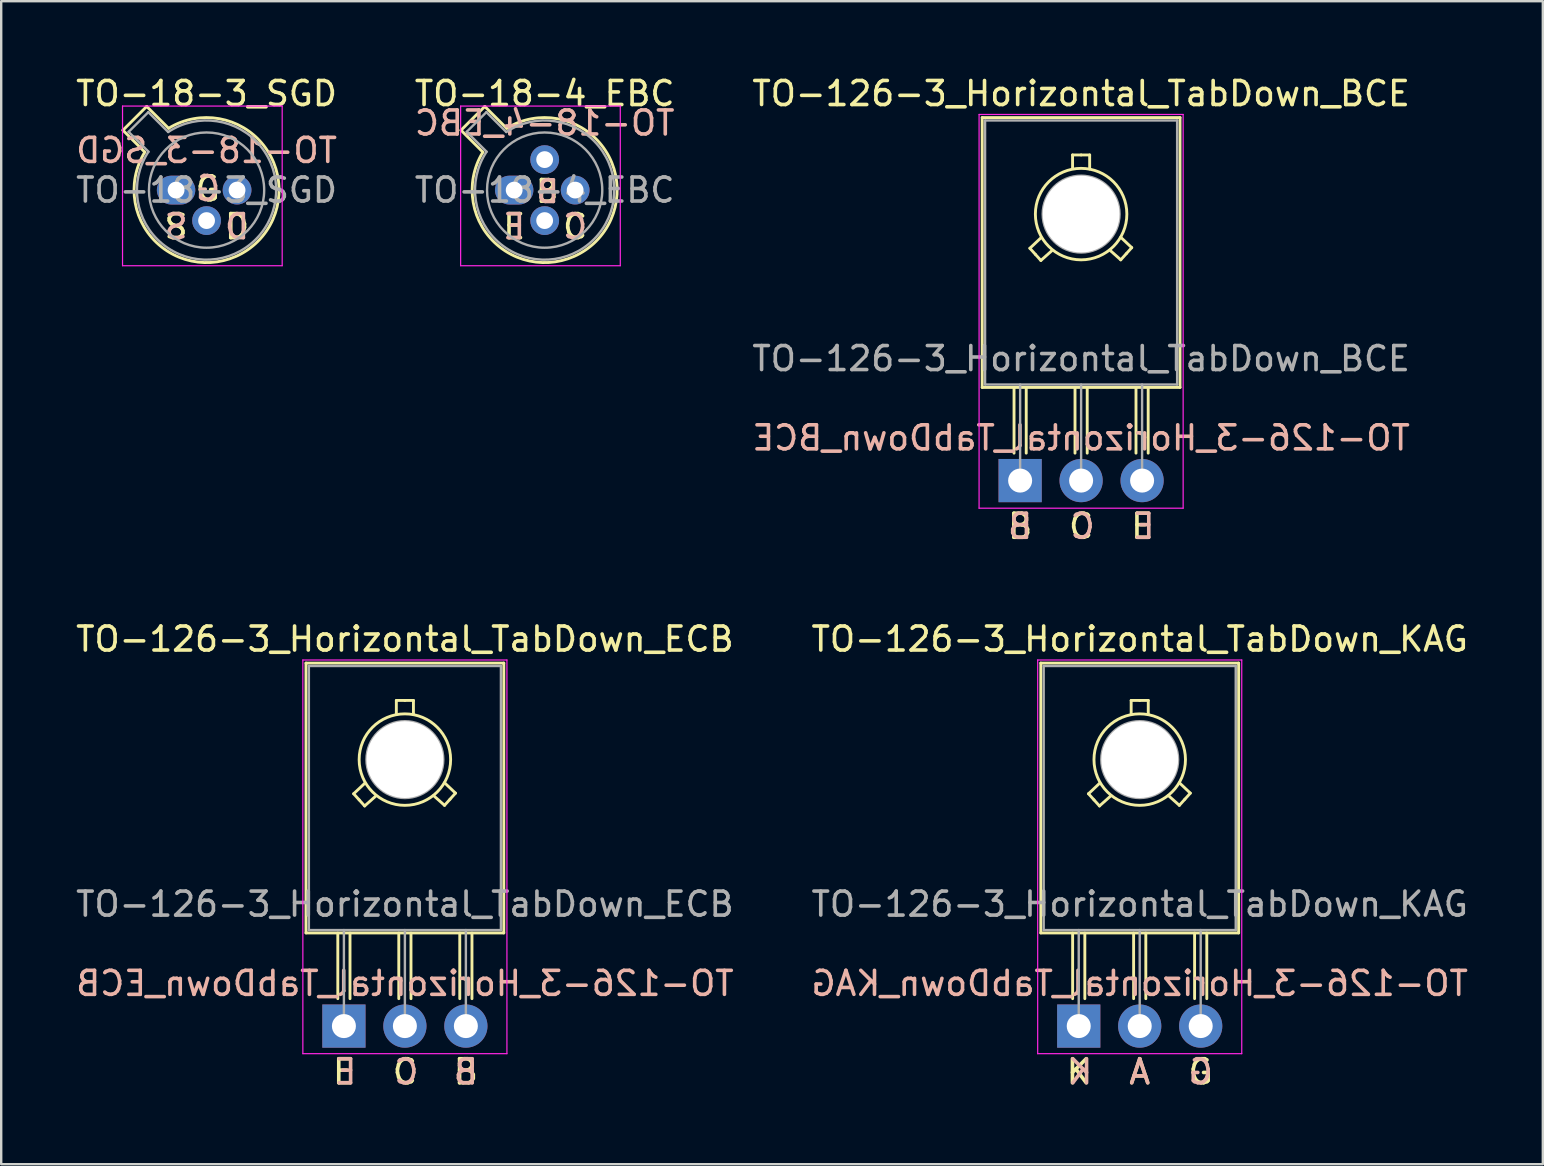
<source format=kicad_pcb>
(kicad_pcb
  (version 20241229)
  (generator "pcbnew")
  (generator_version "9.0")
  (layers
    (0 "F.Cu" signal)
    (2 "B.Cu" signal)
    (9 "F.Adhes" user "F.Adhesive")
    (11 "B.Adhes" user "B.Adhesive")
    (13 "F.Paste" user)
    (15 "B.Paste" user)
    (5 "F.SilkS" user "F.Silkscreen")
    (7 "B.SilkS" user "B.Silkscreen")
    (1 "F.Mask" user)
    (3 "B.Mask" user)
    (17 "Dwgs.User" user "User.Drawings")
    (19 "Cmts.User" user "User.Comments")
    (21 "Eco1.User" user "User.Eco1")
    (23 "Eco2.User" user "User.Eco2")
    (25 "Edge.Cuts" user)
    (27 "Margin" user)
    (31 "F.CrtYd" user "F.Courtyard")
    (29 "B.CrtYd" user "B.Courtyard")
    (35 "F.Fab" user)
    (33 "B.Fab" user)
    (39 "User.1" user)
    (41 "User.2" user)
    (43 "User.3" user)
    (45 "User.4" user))
  (footprint "TO-18-3_SGD"
    (layer "F.Cu")
    (at 4.284 4.868)
    (property "Reference" "TO-18-3_SGD" (at 1.27 -4.02 0) (layer "F.SilkS") (effects (font (size 1 1) (thickness 0.15))))
    (fp_line (start -2.214 -2.494) (end -1.302 -1.582) (stroke (width 0.12) (type solid)) (layer "F.SilkS"))
    (fp_line (start -1.224 -3.484) (end -2.214 -2.494) (stroke (width 0.12) (type solid)) (layer "F.SilkS"))
    (fp_line (start -0.312 -2.572) (end -1.224 -3.484) (stroke (width 0.12) (type solid)) (layer "F.SilkS"))
    (fp_arc (start -0.312331 -2.572281) (mid 3.405374 2.135551) (end -1.30215 -1.582544) (stroke (width 0.12) (type solid)) (layer "F.SilkS"))
    (fp_line (start -2.23 -3.5) (end -2.23 3.15) (stroke (width 0.05) (type solid)) (layer "F.CrtYd"))
    (fp_line (start -2.23 3.15) (end 4.42 3.15) (stroke (width 0.05) (type solid)) (layer "F.CrtYd"))
    (fp_line (start 4.42 -3.5) (end -2.23 -3.5) (stroke (width 0.05) (type solid)) (layer "F.CrtYd"))
    (fp_line (start 4.42 3.15) (end 4.42 -3.5) (stroke (width 0.05) (type solid)) (layer "F.CrtYd"))
    (fp_line (start -1.977 -2.426) (end -1.149 -1.599) (stroke (width 0.1) (type solid)) (layer "F.Fab"))
    (fp_line (start -1.156 -3.247) (end -1.977 -2.426) (stroke (width 0.1) (type solid)) (layer "F.Fab"))
    (fp_line (start -0.329 -2.419) (end -1.156 -3.247) (stroke (width 0.1) (type solid)) (layer "F.Fab"))
    (fp_arc (start -0.329057 -2.419301) (mid 3.321075 2.050145) (end -1.150029 -1.597956) (stroke (width 0.1) (type solid)) (layer "F.Fab"))
    (fp_circle (center 1.27 0) (end 3.67 0) (stroke (width 0.1) (type solid)) (fill no) (layer "F.Fab"))
    (fp_text user "S" (at 0 1.524 0) (unlocked yes) (layer "F.SilkS") (effects (font (size 1 1) (thickness 0.15))))
    (fp_text user "G" (at 1.321 -0.051 0) (unlocked yes) (layer "F.SilkS") (effects (font (size 1 1) (thickness 0.15))))
    (fp_text user "D" (at 2.54 1.524 0) (unlocked yes) (layer "F.SilkS") (effects (font (size 1 1) (thickness 0.15))))
    (fp_text user "S" (at 0 1.524 0) (unlocked yes) (layer "B.SilkS") (effects (font (size 1 1) (thickness 0.15)) (justify mirror)))
    (fp_text user "D" (at 2.54 1.524 0) (unlocked yes) (layer "B.SilkS") (effects (font (size 1 1) (thickness 0.15)) (justify mirror)))
    (fp_text user "${REFERENCE}" (at 1.27 -1.651 0) (layer "B.SilkS") (effects (font (size 1 1) (thickness 0.15)) (justify mirror)))
    (fp_text user "G" (at 1.333 -0.064 0) (unlocked yes) (layer "B.SilkS") (effects (font (size 1 1) (thickness 0.15)) (justify mirror)))
    (fp_text user "${REFERENCE}" (at 1.27 0.000001 0) (layer "F.Fab") (effects (font (size 1 1) (thickness 0.15))))
    (pad "1" thru_hole oval (at 0 0) (size 1.6 1.2) (drill 0.7) (layers "*.Cu" "*.Mask"))
    (pad "2" thru_hole oval (at 1.27 1.27) (size 1.2 1.2) (drill 0.7) (layers "*.Cu" "*.Mask"))
    (pad "3" thru_hole oval (at 2.54 0) (size 1.2 1.2) (drill 0.7) (layers "*.Cu" "*.Mask")))
  (footprint "TO-126-3_Horizontal_TabDown_BCE"
    (layer "F.Cu")
    (at 39.442 16.968)
    (property "Reference" "TO-126-3_Horizontal_TabDown_BCE" (at 2.54 -16.12 0) (layer "F.SilkS") (effects (font (size 1 1) (thickness 0.15))))
    (fp_line (start -1.58 -15.12) (end -1.58 -3.88) (stroke (width 0.12) (type solid)) (layer "F.SilkS"))
    (fp_line (start -1.58 -15.12) (end 6.66 -15.12) (stroke (width 0.12) (type solid)) (layer "F.SilkS"))
    (fp_line (start -1.58 -3.88) (end 6.66 -3.88) (stroke (width 0.12) (type solid)) (layer "F.SilkS"))
    (fp_line (start -0.254 -1.143) (end -0.254 -3.873) (stroke (width 0.12) (type solid)) (layer "F.SilkS"))
    (fp_line (start 0.254 -3.873) (end 0.254 -1.143) (stroke (width 0.12) (type solid)) (layer "F.SilkS"))
    (fp_line (start 0.406 -9.677) (end 0.864 -10.109) (stroke (width 0.12) (type solid)) (layer "F.SilkS"))
    (fp_line (start 0.635 -9.423) (end 0.406 -9.677) (stroke (width 0.12) (type solid)) (layer "F.SilkS"))
    (fp_line (start 0.864 -9.169) (end 0.635 -9.423) (stroke (width 0.12) (type solid)) (layer "F.SilkS"))
    (fp_line (start 0.864 -9.169) (end 1.321 -9.576) (stroke (width 0.12) (type solid)) (layer "F.SilkS"))
    (fp_line (start 2.184 -13.564) (end 2.184 -13.005) (stroke (width 0.12) (type solid)) (layer "F.SilkS"))
    (fp_line (start 2.184 -13.564) (end 2.54 -13.564) (stroke (width 0.12) (type solid)) (layer "F.SilkS"))
    (fp_line (start 2.286 -1.143) (end 2.286 -3.873) (stroke (width 0.12) (type solid)) (layer "F.SilkS"))
    (fp_line (start 2.54 -13.564) (end 2.896 -13.564) (stroke (width 0.12) (type solid)) (layer "F.SilkS"))
    (fp_line (start 2.794 -3.873) (end 2.794 -1.143) (stroke (width 0.12) (type solid)) (layer "F.SilkS"))
    (fp_line (start 2.896 -13.564) (end 2.896 -12.979) (stroke (width 0.12) (type solid)) (layer "F.SilkS"))
    (fp_line (start 4.191 -9.195) (end 3.734 -9.601) (stroke (width 0.12) (type solid)) (layer "F.SilkS"))
    (fp_line (start 4.191 -9.195) (end 4.42 -9.449) (stroke (width 0.12) (type solid)) (layer "F.SilkS"))
    (fp_line (start 4.42 -9.449) (end 4.648 -9.703) (stroke (width 0.12) (type solid)) (layer "F.SilkS"))
    (fp_line (start 4.648 -9.703) (end 4.191 -10.135) (stroke (width 0.12) (type solid)) (layer "F.SilkS"))
    (fp_line (start 4.826 -1.143) (end 4.826 -3.873) (stroke (width 0.12) (type solid)) (layer "F.SilkS"))
    (fp_line (start 5.334 -3.873) (end 5.334 -1.143) (stroke (width 0.12) (type solid)) (layer "F.SilkS"))
    (fp_line (start 6.66 -15.12) (end 6.66 -3.88) (stroke (width 0.12) (type solid)) (layer "F.SilkS"))
    (fp_circle (center 2.54 -11.1) (end 4.445 -11.125) (stroke (width 0.12) (type solid)) (fill no) (layer "F.SilkS"))
    (fp_line (start -1.71 -15.25) (end -1.71 1.15) (stroke (width 0.05) (type solid)) (layer "F.CrtYd"))
    (fp_line (start -1.71 1.15) (end 6.79 1.15) (stroke (width 0.05) (type solid)) (layer "F.CrtYd"))
    (fp_line (start 6.79 -15.25) (end -1.71 -15.25) (stroke (width 0.05) (type solid)) (layer "F.CrtYd"))
    (fp_line (start 6.79 1.15) (end 6.79 -15.25) (stroke (width 0.05) (type solid)) (layer "F.CrtYd"))
    (fp_line (start -1.46 -15) (end 6.54 -15) (stroke (width 0.1) (type solid)) (layer "F.Fab"))
    (fp_line (start -1.46 -4) (end -1.46 -15) (stroke (width 0.1) (type solid)) (layer "F.Fab"))
    (fp_line (start 0 -4) (end 0 0) (stroke (width 0.1) (type solid)) (layer "F.Fab"))
    (fp_line (start 2.54 -4) (end 2.54 0) (stroke (width 0.1) (type solid)) (layer "F.Fab"))
    (fp_line (start 5.08 -4) (end 5.08 0) (stroke (width 0.1) (type solid)) (layer "F.Fab"))
    (fp_line (start 6.54 -15) (end 6.54 -4) (stroke (width 0.1) (type solid)) (layer "F.Fab"))
    (fp_line (start 6.54 -4) (end -1.46 -4) (stroke (width 0.1) (type solid)) (layer "F.Fab"))
    (fp_circle (center 2.54 -11.1) (end 4.14 -11.1) (stroke (width 0.1) (type solid)) (fill no) (layer "F.Fab"))
    (fp_text user "E" (at 5.08 1.905 0) (unlocked yes) (layer "F.SilkS") (effects (font (size 1 1) (thickness 0.15))))
    (fp_text user "B" (at 0 1.905 0) (unlocked yes) (layer "F.SilkS") (effects (font (size 1 1) (thickness 0.15))))
    (fp_text user "C" (at 2.54 1.905 0) (unlocked yes) (layer "F.SilkS") (effects (font (size 1 1) (thickness 0.15))))
    (fp_text user "${REFERENCE}" (at 2.54 -1.778 0) (layer "B.SilkS") (effects (font (size 1 1) (thickness 0.15)) (justify mirror)))
    (fp_text user "B" (at 0 1.905 0) (unlocked yes) (layer "B.SilkS") (effects (font (size 1 1) (thickness 0.15)) (justify mirror)))
    (fp_text user "C" (at 2.603 1.905 0) (unlocked yes) (layer "B.SilkS") (effects (font (size 1 1) (thickness 0.15)) (justify mirror)))
    (fp_text user "E" (at 5.144 1.905 0) (unlocked yes) (layer "B.SilkS") (effects (font (size 1 1) (thickness 0.15)) (justify mirror)))
    (fp_text user "${REFERENCE}" (at 2.54 -5.08 0) (layer "F.Fab") (effects (font (size 1 1) (thickness 0.15))))
    (pad "" np_thru_hole oval (at 2.54 -11.1) (size 3.2 3.2) (drill 3.2) (layers "*.Cu" "*.Mask"))
    (pad "1" thru_hole rect (at 0 0) (size 1.8 1.8) (drill 1) (layers "*.Cu" "*.Mask"))
    (pad "2" thru_hole oval (at 2.54 0) (size 1.8 1.8) (drill 1) (layers "*.Cu" "*.Mask"))
    (pad "3" thru_hole oval (at 5.08 0) (size 1.8 1.8) (drill 1) (layers "*.Cu" "*.Mask")))
  (footprint "TO-126-3_Horizontal_TabDown_ECB"
    (layer "F.Cu")
    (at 11.275 39.69)
    (property "Reference" "TO-126-3_Horizontal_TabDown_ECB" (at 2.54 -16.12 0) (layer "F.SilkS") (effects (font (size 1 1) (thickness 0.15))))
    (fp_line (start -1.58 -15.12) (end -1.58 -3.88) (stroke (width 0.12) (type solid)) (layer "F.SilkS"))
    (fp_line (start -1.58 -15.12) (end 6.66 -15.12) (stroke (width 0.12) (type solid)) (layer "F.SilkS"))
    (fp_line (start -1.58 -3.88) (end 6.66 -3.88) (stroke (width 0.12) (type solid)) (layer "F.SilkS"))
    (fp_line (start -0.254 -1.143) (end -0.254 -3.873) (stroke (width 0.12) (type solid)) (layer "F.SilkS"))
    (fp_line (start 0.254 -3.873) (end 0.254 -1.143) (stroke (width 0.12) (type solid)) (layer "F.SilkS"))
    (fp_line (start 0.406 -9.677) (end 0.864 -10.109) (stroke (width 0.12) (type solid)) (layer "F.SilkS"))
    (fp_line (start 0.635 -9.423) (end 0.406 -9.677) (stroke (width 0.12) (type solid)) (layer "F.SilkS"))
    (fp_line (start 0.864 -9.169) (end 0.635 -9.423) (stroke (width 0.12) (type solid)) (layer "F.SilkS"))
    (fp_line (start 0.864 -9.169) (end 1.321 -9.576) (stroke (width 0.12) (type solid)) (layer "F.SilkS"))
    (fp_line (start 2.184 -13.564) (end 2.184 -13.005) (stroke (width 0.12) (type solid)) (layer "F.SilkS"))
    (fp_line (start 2.184 -13.564) (end 2.54 -13.564) (stroke (width 0.12) (type solid)) (layer "F.SilkS"))
    (fp_line (start 2.286 -1.143) (end 2.286 -3.873) (stroke (width 0.12) (type solid)) (layer "F.SilkS"))
    (fp_line (start 2.54 -13.564) (end 2.896 -13.564) (stroke (width 0.12) (type solid)) (layer "F.SilkS"))
    (fp_line (start 2.794 -3.873) (end 2.794 -1.143) (stroke (width 0.12) (type solid)) (layer "F.SilkS"))
    (fp_line (start 2.896 -13.564) (end 2.896 -12.979) (stroke (width 0.12) (type solid)) (layer "F.SilkS"))
    (fp_line (start 4.191 -9.195) (end 3.734 -9.601) (stroke (width 0.12) (type solid)) (layer "F.SilkS"))
    (fp_line (start 4.191 -9.195) (end 4.42 -9.449) (stroke (width 0.12) (type solid)) (layer "F.SilkS"))
    (fp_line (start 4.42 -9.449) (end 4.648 -9.703) (stroke (width 0.12) (type solid)) (layer "F.SilkS"))
    (fp_line (start 4.648 -9.703) (end 4.191 -10.135) (stroke (width 0.12) (type solid)) (layer "F.SilkS"))
    (fp_line (start 4.826 -1.143) (end 4.826 -3.873) (stroke (width 0.12) (type solid)) (layer "F.SilkS"))
    (fp_line (start 5.334 -3.873) (end 5.334 -1.143) (stroke (width 0.12) (type solid)) (layer "F.SilkS"))
    (fp_line (start 6.66 -15.12) (end 6.66 -3.88) (stroke (width 0.12) (type solid)) (layer "F.SilkS"))
    (fp_circle (center 2.54 -11.1) (end 4.445 -11.125) (stroke (width 0.12) (type solid)) (fill no) (layer "F.SilkS"))
    (fp_line (start -1.71 -15.25) (end -1.71 1.15) (stroke (width 0.05) (type solid)) (layer "F.CrtYd"))
    (fp_line (start -1.71 1.15) (end 6.79 1.15) (stroke (width 0.05) (type solid)) (layer "F.CrtYd"))
    (fp_line (start 6.79 -15.25) (end -1.71 -15.25) (stroke (width 0.05) (type solid)) (layer "F.CrtYd"))
    (fp_line (start 6.79 1.15) (end 6.79 -15.25) (stroke (width 0.05) (type solid)) (layer "F.CrtYd"))
    (fp_line (start -1.46 -15) (end 6.54 -15) (stroke (width 0.1) (type solid)) (layer "F.Fab"))
    (fp_line (start -1.46 -4) (end -1.46 -15) (stroke (width 0.1) (type solid)) (layer "F.Fab"))
    (fp_line (start 0 -4) (end 0 0) (stroke (width 0.1) (type solid)) (layer "F.Fab"))
    (fp_line (start 2.54 -4) (end 2.54 0) (stroke (width 0.1) (type solid)) (layer "F.Fab"))
    (fp_line (start 5.08 -4) (end 5.08 0) (stroke (width 0.1) (type solid)) (layer "F.Fab"))
    (fp_line (start 6.54 -15) (end 6.54 -4) (stroke (width 0.1) (type solid)) (layer "F.Fab"))
    (fp_line (start 6.54 -4) (end -1.46 -4) (stroke (width 0.1) (type solid)) (layer "F.Fab"))
    (fp_circle (center 2.54 -11.1) (end 4.14 -11.1) (stroke (width 0.1) (type solid)) (fill no) (layer "F.Fab"))
    (fp_text user "B" (at 5.08 1.905 0) (unlocked yes) (layer "F.SilkS") (effects (font (size 1 1) (thickness 0.15))))
    (fp_text user "C" (at 2.54 1.905 0) (unlocked yes) (layer "F.SilkS") (effects (font (size 1 1) (thickness 0.15))))
    (fp_text user "E" (at 0 1.905 0) (unlocked yes) (layer "F.SilkS") (effects (font (size 1 1) (thickness 0.15))))
    (fp_text user "E" (at 0.064 1.905 0) (unlocked yes) (layer "B.SilkS") (effects (font (size 1 1) (thickness 0.15)) (justify mirror)))
    (fp_text user "C" (at 2.603 1.905 0) (unlocked yes) (layer "B.SilkS") (effects (font (size 1 1) (thickness 0.15)) (justify mirror)))
    (fp_text user "B" (at 5.08 1.905 0) (unlocked yes) (layer "B.SilkS") (effects (font (size 1 1) (thickness 0.15)) (justify mirror)))
    (fp_text user "${REFERENCE}" (at 2.54 -1.778 0) (layer "B.SilkS") (effects (font (size 1 1) (thickness 0.15)) (justify mirror)))
    (fp_text user "${REFERENCE}" (at 2.54 -5.08 0) (layer "F.Fab") (effects (font (size 1 1) (thickness 0.15))))
    (pad "" np_thru_hole oval (at 2.54 -11.1) (size 3.2 3.2) (drill 3.2) (layers "*.Cu" "*.Mask"))
    (pad "1" thru_hole rect (at 0 0) (size 1.8 1.8) (drill 1) (layers "*.Cu" "*.Mask"))
    (pad "2" thru_hole oval (at 2.54 0) (size 1.8 1.8) (drill 1) (layers "*.Cu" "*.Mask"))
    (pad "3" thru_hole oval (at 5.08 0) (size 1.8 1.8) (drill 1) (layers "*.Cu" "*.Mask")))
  (footprint "TO-126-3_Horizontal_TabDown_KAG"
    (layer "F.Cu")
    (at 41.883 39.69)
    (property "Reference" "TO-126-3_Horizontal_TabDown_KAG" (at 2.54 -16.12 0) (layer "F.SilkS") (effects (font (size 1 1) (thickness 0.15))))
    (fp_line (start -1.58 -15.12) (end -1.58 -3.88) (stroke (width 0.12) (type solid)) (layer "F.SilkS"))
    (fp_line (start -1.58 -15.12) (end 6.66 -15.12) (stroke (width 0.12) (type solid)) (layer "F.SilkS"))
    (fp_line (start -1.58 -3.88) (end 6.66 -3.88) (stroke (width 0.12) (type solid)) (layer "F.SilkS"))
    (fp_line (start -0.254 -1.143) (end -0.254 -3.873) (stroke (width 0.12) (type solid)) (layer "F.SilkS"))
    (fp_line (start 0.254 -3.873) (end 0.254 -1.143) (stroke (width 0.12) (type solid)) (layer "F.SilkS"))
    (fp_line (start 0.406 -9.677) (end 0.864 -10.109) (stroke (width 0.12) (type solid)) (layer "F.SilkS"))
    (fp_line (start 0.635 -9.423) (end 0.406 -9.677) (stroke (width 0.12) (type solid)) (layer "F.SilkS"))
    (fp_line (start 0.864 -9.169) (end 0.635 -9.423) (stroke (width 0.12) (type solid)) (layer "F.SilkS"))
    (fp_line (start 0.864 -9.169) (end 1.321 -9.576) (stroke (width 0.12) (type solid)) (layer "F.SilkS"))
    (fp_line (start 2.184 -13.564) (end 2.184 -13.005) (stroke (width 0.12) (type solid)) (layer "F.SilkS"))
    (fp_line (start 2.184 -13.564) (end 2.54 -13.564) (stroke (width 0.12) (type solid)) (layer "F.SilkS"))
    (fp_line (start 2.286 -1.143) (end 2.286 -3.873) (stroke (width 0.12) (type solid)) (layer "F.SilkS"))
    (fp_line (start 2.54 -13.564) (end 2.896 -13.564) (stroke (width 0.12) (type solid)) (layer "F.SilkS"))
    (fp_line (start 2.794 -3.873) (end 2.794 -1.143) (stroke (width 0.12) (type solid)) (layer "F.SilkS"))
    (fp_line (start 2.896 -13.564) (end 2.896 -12.979) (stroke (width 0.12) (type solid)) (layer "F.SilkS"))
    (fp_line (start 4.191 -9.195) (end 3.734 -9.601) (stroke (width 0.12) (type solid)) (layer "F.SilkS"))
    (fp_line (start 4.191 -9.195) (end 4.42 -9.449) (stroke (width 0.12) (type solid)) (layer "F.SilkS"))
    (fp_line (start 4.42 -9.449) (end 4.648 -9.703) (stroke (width 0.12) (type solid)) (layer "F.SilkS"))
    (fp_line (start 4.648 -9.703) (end 4.191 -10.135) (stroke (width 0.12) (type solid)) (layer "F.SilkS"))
    (fp_line (start 4.826 -1.143) (end 4.826 -3.873) (stroke (width 0.12) (type solid)) (layer "F.SilkS"))
    (fp_line (start 5.334 -3.873) (end 5.334 -1.143) (stroke (width 0.12) (type solid)) (layer "F.SilkS"))
    (fp_line (start 6.66 -15.12) (end 6.66 -3.88) (stroke (width 0.12) (type solid)) (layer "F.SilkS"))
    (fp_circle (center 2.54 -11.1) (end 4.445 -11.125) (stroke (width 0.12) (type solid)) (fill no) (layer "F.SilkS"))
    (fp_line (start -1.71 -15.25) (end -1.71 1.15) (stroke (width 0.05) (type solid)) (layer "F.CrtYd"))
    (fp_line (start -1.71 1.15) (end 6.79 1.15) (stroke (width 0.05) (type solid)) (layer "F.CrtYd"))
    (fp_line (start 6.79 -15.25) (end -1.71 -15.25) (stroke (width 0.05) (type solid)) (layer "F.CrtYd"))
    (fp_line (start 6.79 1.15) (end 6.79 -15.25) (stroke (width 0.05) (type solid)) (layer "F.CrtYd"))
    (fp_line (start -1.46 -15) (end 6.54 -15) (stroke (width 0.1) (type solid)) (layer "F.Fab"))
    (fp_line (start -1.46 -4) (end -1.46 -15) (stroke (width 0.1) (type solid)) (layer "F.Fab"))
    (fp_line (start 0 -4) (end 0 0) (stroke (width 0.1) (type solid)) (layer "F.Fab"))
    (fp_line (start 2.54 -4) (end 2.54 0) (stroke (width 0.1) (type solid)) (layer "F.Fab"))
    (fp_line (start 5.08 -4) (end 5.08 0) (stroke (width 0.1) (type solid)) (layer "F.Fab"))
    (fp_line (start 6.54 -15) (end 6.54 -4) (stroke (width 0.1) (type solid)) (layer "F.Fab"))
    (fp_line (start 6.54 -4) (end -1.46 -4) (stroke (width 0.1) (type solid)) (layer "F.Fab"))
    (fp_circle (center 2.54 -11.1) (end 4.14 -11.1) (stroke (width 0.1) (type solid)) (fill no) (layer "F.Fab"))
    (fp_text user "G" (at 5.08 1.905 0) (unlocked yes) (layer "F.SilkS") (effects (font (size 1 1) (thickness 0.15))))
    (fp_text user "K" (at 0 1.905 0) (unlocked yes) (layer "F.SilkS") (effects (font (size 1 1) (thickness 0.15))))
    (fp_text user "A" (at 2.54 1.905 0) (unlocked yes) (layer "F.SilkS") (effects (font (size 1 1) (thickness 0.15))))
    (fp_text user "${REFERENCE}" (at 2.54 -1.778 0) (layer "B.SilkS") (effects (font (size 1 1) (thickness 0.15)) (justify mirror)))
    (fp_text user "A" (at 2.54 1.905 0) (unlocked yes) (layer "B.SilkS") (effects (font (size 1 1) (thickness 0.15)) (justify mirror)))
    (fp_text user "K" (at 0.064 1.905 0) (unlocked yes) (layer "B.SilkS") (effects (font (size 1 1) (thickness 0.15)) (justify mirror)))
    (fp_text user "G" (at 5.08 1.905 0) (unlocked yes) (layer "B.SilkS") (effects (font (size 1 1) (thickness 0.15)) (justify mirror)))
    (fp_text user "${REFERENCE}" (at 2.54 -5.08 0) (layer "F.Fab") (effects (font (size 1 1) (thickness 0.15))))
    (pad "" np_thru_hole oval (at 2.54 -11.1) (size 3.2 3.2) (drill 3.2) (layers "*.Cu" "*.Mask"))
    (pad "1" thru_hole rect (at 0 0) (size 1.8 1.8) (drill 1) (layers "*.Cu" "*.Mask"))
    (pad "2" thru_hole oval (at 2.54 0) (size 1.8 1.8) (drill 1) (layers "*.Cu" "*.Mask"))
    (pad "3" thru_hole oval (at 5.08 0) (size 1.8 1.8) (drill 1) (layers "*.Cu" "*.Mask")))
  (footprint "TO-18-4_EBC"
    (layer "F.Cu")
    (at 18.367 4.868)
    (property "Reference" "TO-18-4_EBC" (at 1.27 -4.02 0) (layer "F.SilkS") (effects (font (size 1 1) (thickness 0.15))))
    (fp_line (start -2.214 -2.494) (end -1.302 -1.582) (stroke (width 0.12) (type solid)) (layer "F.SilkS"))
    (fp_line (start -1.224 -3.484) (end -2.214 -2.494) (stroke (width 0.12) (type solid)) (layer "F.SilkS"))
    (fp_line (start -0.312 -2.572) (end -1.224 -3.484) (stroke (width 0.12) (type solid)) (layer "F.SilkS"))
    (fp_arc (start -0.312331 -2.572281) (mid 3.405374 2.135551) (end -1.30215 -1.582544) (stroke (width 0.12) (type solid)) (layer "F.SilkS"))
    (fp_line (start -2.23 -3.5) (end -2.23 3.15) (stroke (width 0.05) (type solid)) (layer "F.CrtYd"))
    (fp_line (start -2.23 3.15) (end 4.42 3.15) (stroke (width 0.05) (type solid)) (layer "F.CrtYd"))
    (fp_line (start 4.42 -3.5) (end -2.23 -3.5) (stroke (width 0.05) (type solid)) (layer "F.CrtYd"))
    (fp_line (start 4.42 3.15) (end 4.42 -3.5) (stroke (width 0.05) (type solid)) (layer "F.CrtYd"))
    (fp_line (start -1.977 -2.426) (end -1.149 -1.599) (stroke (width 0.1) (type solid)) (layer "F.Fab"))
    (fp_line (start -1.156 -3.247) (end -1.977 -2.426) (stroke (width 0.1) (type solid)) (layer "F.Fab"))
    (fp_line (start -0.329 -2.419) (end -1.156 -3.247) (stroke (width 0.1) (type solid)) (layer "F.Fab"))
    (fp_arc (start -0.329057 -2.419301) (mid 3.321075 2.050145) (end -1.150029 -1.597956) (stroke (width 0.1) (type solid)) (layer "F.Fab"))
    (fp_circle (center 1.27 0) (end 3.67 0) (stroke (width 0.1) (type solid)) (fill no) (layer "F.Fab"))
    (fp_text user "B" (at 1.372 0.051 0) (unlocked yes) (layer "F.SilkS") (effects (font (size 0.9 0.9) (thickness 0.15))))
    (fp_text user "E" (at 0 1.524 0) (unlocked yes) (layer "F.SilkS") (effects (font (size 1 1) (thickness 0.15))))
    (fp_text user "C" (at 2.54 1.524 0) (unlocked yes) (layer "F.SilkS") (effects (font (size 1 1) (thickness 0.15))))
    (fp_text user "E" (at 0 1.524 0) (unlocked yes) (layer "B.SilkS") (effects (font (size 1 1) (thickness 0.15)) (justify mirror)))
    (fp_text user "C" (at 2.54 1.524 0) (unlocked yes) (layer "B.SilkS") (effects (font (size 1 1) (thickness 0.15)) (justify mirror)))
    (fp_text user "${REFERENCE}" (at 1.27 -2.794 0) (layer "B.SilkS") (effects (font (size 1 1) (thickness 0.15)) (justify mirror)))
    (fp_text user "B" (at 1.397 0.064 0) (unlocked yes) (layer "B.SilkS") (effects (font (size 0.9 0.9) (thickness 0.15)) (justify mirror)))
    (fp_text user "${REFERENCE}" (at 1.27 0 0) (layer "F.Fab") (effects (font (size 1 1) (thickness 0.15))))
    (pad "1" thru_hole oval (at 0 0) (size 1.6 1.2) (drill 0.7) (layers "*.Cu" "*.Mask"))
    (pad "2" thru_hole oval (at 1.27 1.27) (size 1.2 1.2) (drill 0.7) (layers "*.Cu" "*.Mask"))
    (pad "3" thru_hole oval (at 2.54 0) (size 1.2 1.2) (drill 0.7) (layers "*.Cu" "*.Mask"))
    (pad "4" thru_hole oval (at 1.27 -1.27) (size 1.2 1.2) (drill 0.7) (layers "*.Cu" "*.Mask")))
  (gr_rect
    (start -3 -3)
    (end 61.214 45.443)
    (stroke (width 0.1) (type default))
    (fill no)
    (layer "Edge.Cuts")))
</source>
